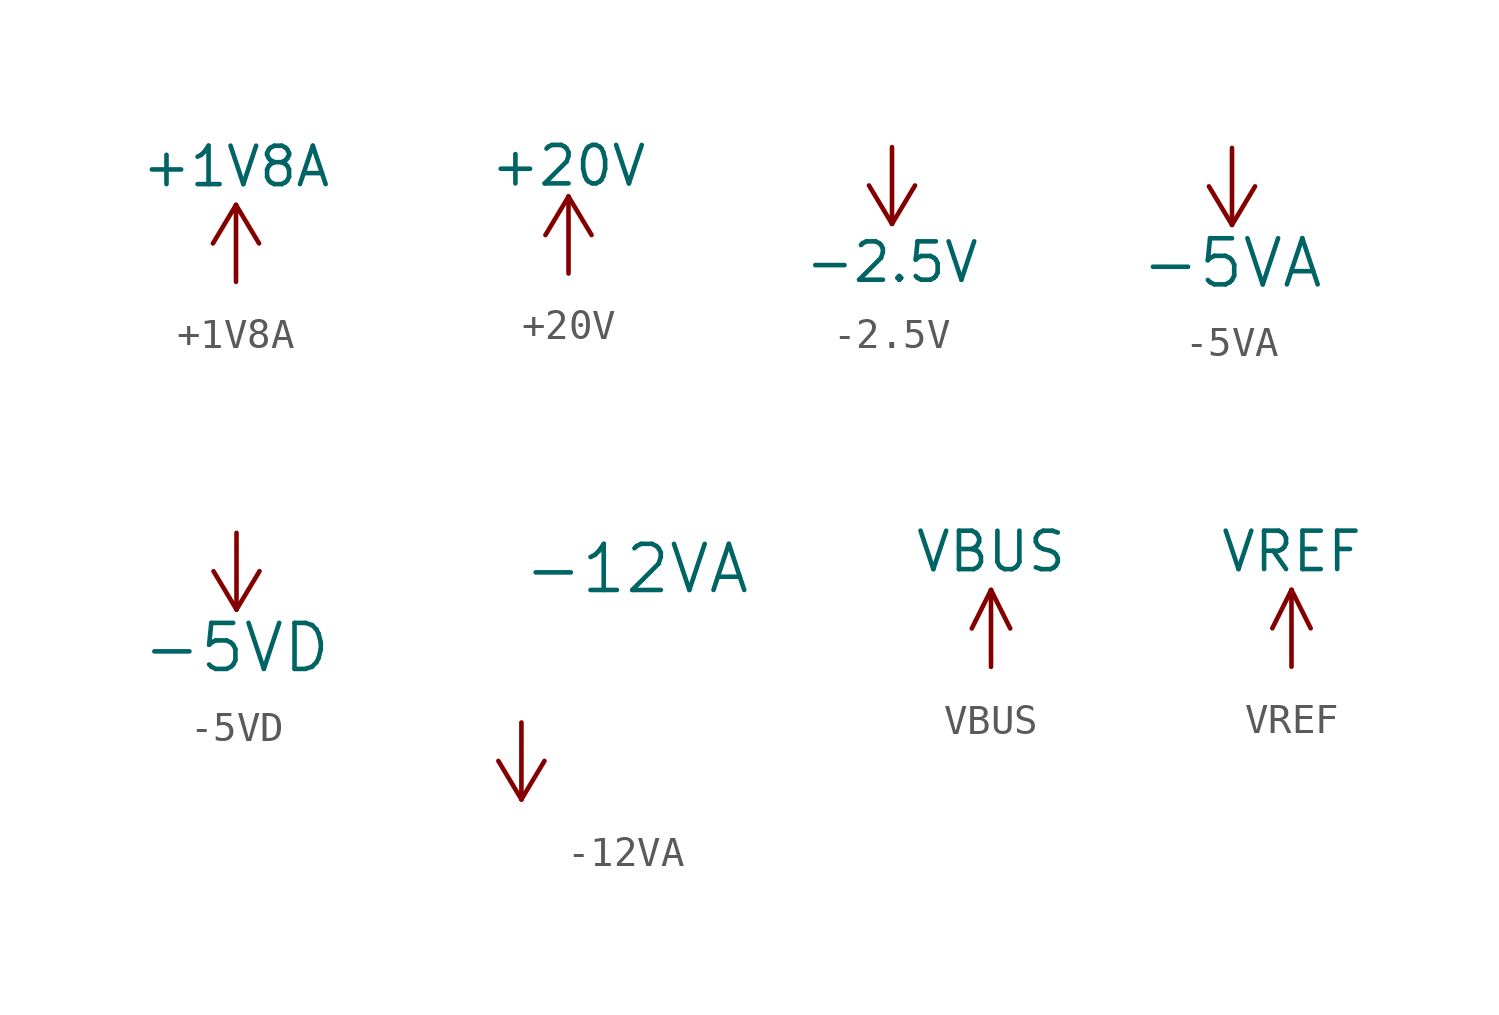
<source format=kicad_sym>
(kicad_symbol_lib
  (version 20241209)
  (generator "kicad_symbol_editor")
  (generator_version "9.0")
  (symbol "+1V8A"
    (power)
    (pin_names
      (offset 1.016))
    (property "Reference" "#+1V8A"
      (at 19.05 -7.62 0)
      (effects (font (size 1.524 1.524)) (hide yes)))
    (property "Value" "+1V8A"
      (at 0 3.81 0)
      (effects (font (size 1.27 1.27))))
    (symbol "+1V8A_1_1"
      (polyline (pts (xy -0.762 1.27) (xy 0 2.54)) (stroke (width 0) (type solid)) (fill (type none)))
      (polyline (pts (xy 0 2.54) (xy 0.762 1.27)) (stroke (width 0) (type solid)) (fill (type none)))
      (polyline (pts (xy 0 0) (xy 0 2.54)) (stroke (width 0) (type solid)) (fill (type none)))
      (pin power_in line (at 0 0 0) (length 0) (hide yes) (name "+1V8A" (effects (font (size 1.27 1.27)))) (number "~" (effects (font (size 1.27 1.27)))))))
  (symbol "+20V"
    (power)
    (pin_names
      (offset 0))
    (property "Reference" "#PWR"
      (at 0 -3.81 0)
      (effects (font (size 1.27 1.27)) (hide yes)))
    (property "Value" "+20V"
      (at 0 3.556 0)
      (effects (font (size 1.27 1.27))))
    (symbol "+20V_0_1"
      (polyline (pts (xy -0.762 1.27) (xy 0 2.54)) (stroke (width 0) (type solid)) (fill (type none)))
      (polyline (pts (xy 0 2.54) (xy 0.762 1.27)) (stroke (width 0) (type solid)) (fill (type none)))
      (polyline (pts (xy 0 0) (xy 0 2.54)) (stroke (width 0) (type solid)) (fill (type none))))
    (symbol "+20V_1_1"
      (pin power_in line (at 0 0 90) (length 0) (hide yes) (name "+20V" (effects (font (size 1.27 1.27)))) (number "1" (effects (font (size 1.27 1.27)))))))
  (symbol "-2.5V"
    (power)
    (pin_names
      (offset 1.016))
    (property "Reference" "#-2.5V"
      (at 19.05 -7.62 0)
      (effects (font (size 1.524 1.524)) (hide yes)))
    (property "Value" "-2.5V"
      (at 0 -3.81 0)
      (effects (font (size 1.27 1.27))))
    (symbol "-2.5V_1_1"
      (polyline (pts (xy 0 0) (xy 0 -2.54)) (stroke (width 0) (type solid)) (fill (type none)))
      (polyline (pts (xy 0 -2.54) (xy -0.762 -1.27)) (stroke (width 0) (type solid)) (fill (type none)))
      (polyline (pts (xy 0.762 -1.27) (xy 0 -2.54)) (stroke (width 0) (type solid)) (fill (type none)))
      (pin power_in line (at 0 0 0) (length 0) (hide yes) (name "-2.5V" (effects (font (size 1.27 1.27)))) (number "~" (effects (font (size 1.27 1.27)))))))
  (symbol "-5VA"
    (power)
    (pin_names
      (offset 1.016))
    (property "Reference" "#-5VA"
      (at 19.05 -7.62 0)
      (effects (font (size 1.524 1.524)) (hide yes)))
    (property "Value" "-5VA"
      (at 0 -3.81 0)
      (effects (font (size 1.524 1.524))))
    (symbol "-5VA_1_1"
      (polyline (pts (xy 0 0) (xy 0 -2.54)) (stroke (width 0) (type solid)) (fill (type none)))
      (polyline (pts (xy 0 -2.54) (xy -0.762 -1.27)) (stroke (width 0) (type solid)) (fill (type none)))
      (polyline (pts (xy 0.762 -1.27) (xy 0 -2.54)) (stroke (width 0) (type solid)) (fill (type none)))
      (pin power_in line (at 0 0 0) (length 0) (hide yes) (name "-5VA" (effects (font (size 1.27 1.27)))) (number "~" (effects (font (size 1.27 1.27)))))))
  (symbol "-5VD"
    (power)
    (pin_names
      (offset 1.016))
    (property "Reference" "#-5VD"
      (at 19.05 -7.62 0)
      (effects (font (size 1.524 1.524)) (hide yes)))
    (property "Value" "-5VD"
      (at 0 -3.81 0)
      (effects (font (size 1.524 1.524))))
    (symbol "-5VD_1_1"
      (polyline (pts (xy 0 0) (xy 0 -2.54)) (stroke (width 0) (type solid)) (fill (type none)))
      (polyline (pts (xy 0 -2.54) (xy -0.762 -1.27)) (stroke (width 0) (type solid)) (fill (type none)))
      (polyline (pts (xy 0.762 -1.27) (xy 0 -2.54)) (stroke (width 0) (type solid)) (fill (type none)))
      (pin power_in line (at 0 0 0) (length 0) (hide yes) (name "-5VD" (effects (font (size 1.27 1.27)))) (number "~" (effects (font (size 1.27 1.27)))))))
  (symbol "-12VA"
    (power)
    (pin_names
      (offset 1.016))
    (property "Reference" "#-12VA"
      (at 19.05 -7.62 0)
      (effects (font (size 1.524 1.524)) (hide yes)))
    (property "Value" "-12VA"
      (at 3.81 5.08 0)
      (effects (font (size 1.524 1.524))))
    (symbol "-12VA_1_1"
      (polyline (pts (xy 0 0) (xy 0 -2.54)) (stroke (width 0) (type solid)) (fill (type none)))
      (polyline (pts (xy 0 -2.54) (xy -0.762 -1.27)) (stroke (width 0) (type solid)) (fill (type none)))
      (polyline (pts (xy 0.762 -1.27) (xy 0 -2.54)) (stroke (width 0) (type solid)) (fill (type none)))
      (pin power_in line (at 0 0 0) (length 0) (hide yes) (name "-12VA" (effects (font (size 1.27 1.27)))) (number "~" (effects (font (size 1.27 1.27)))))))
  (symbol "VBUS"
    (power)
    (pin_names
      (offset 0))
    (property "Reference" "#PWR"
      (at 1.27 6.35 0)
      (effects (font (size 1.27 1.27)) (hide yes)))
    (property "Value" "VBUS"
      (at 0 3.81 0)
      (effects (font (size 1.27 1.27))))
    (symbol "VBUS_0_1"
      (polyline (pts (xy 0 2.54) (xy -0.635 1.27)) (stroke (width 0) (type solid)) (fill (type none)))
      (polyline (pts (xy 0 2.54) (xy 0 0)) (stroke (width 0) (type solid)) (fill (type none)))
      (polyline (pts (xy 0 2.54) (xy 0.635 1.27)) (stroke (width 0) (type solid)) (fill (type none))))
    (symbol "VBUS_1_1"
      (pin power_in line (at 0 0 90) (length 0) (hide yes) (name "VBUS" (effects (font (size 1.27 1.27)))) (number "1" (effects (font (size 1.27 1.27)))))))
  (symbol "VREF"
    (power)
    (pin_names
      (offset 0))
    (property "Reference" "#PWR"
      (at 1.27 6.35 0)
      (effects (font (size 1.27 1.27)) (hide yes)))
    (property "Value" "VREF"
      (at 0 3.81 0)
      (effects (font (size 1.27 1.27))))
    (symbol "VREF_0_1"
      (polyline (pts (xy 0 2.54) (xy -0.635 1.27)) (stroke (width 0) (type solid)) (fill (type none)))
      (polyline (pts (xy 0 2.54) (xy 0 0)) (stroke (width 0) (type solid)) (fill (type none)))
      (polyline (pts (xy 0 2.54) (xy 0.635 1.27)) (stroke (width 0) (type solid)) (fill (type none))))
    (symbol "VREF_1_1"
      (pin power_in line (at 0 0 90) (length 0) (hide yes) (name "VREF" (effects (font (size 1.27 1.27)))) (number "1" (effects (font (size 1.27 1.27))))))))
</source>
